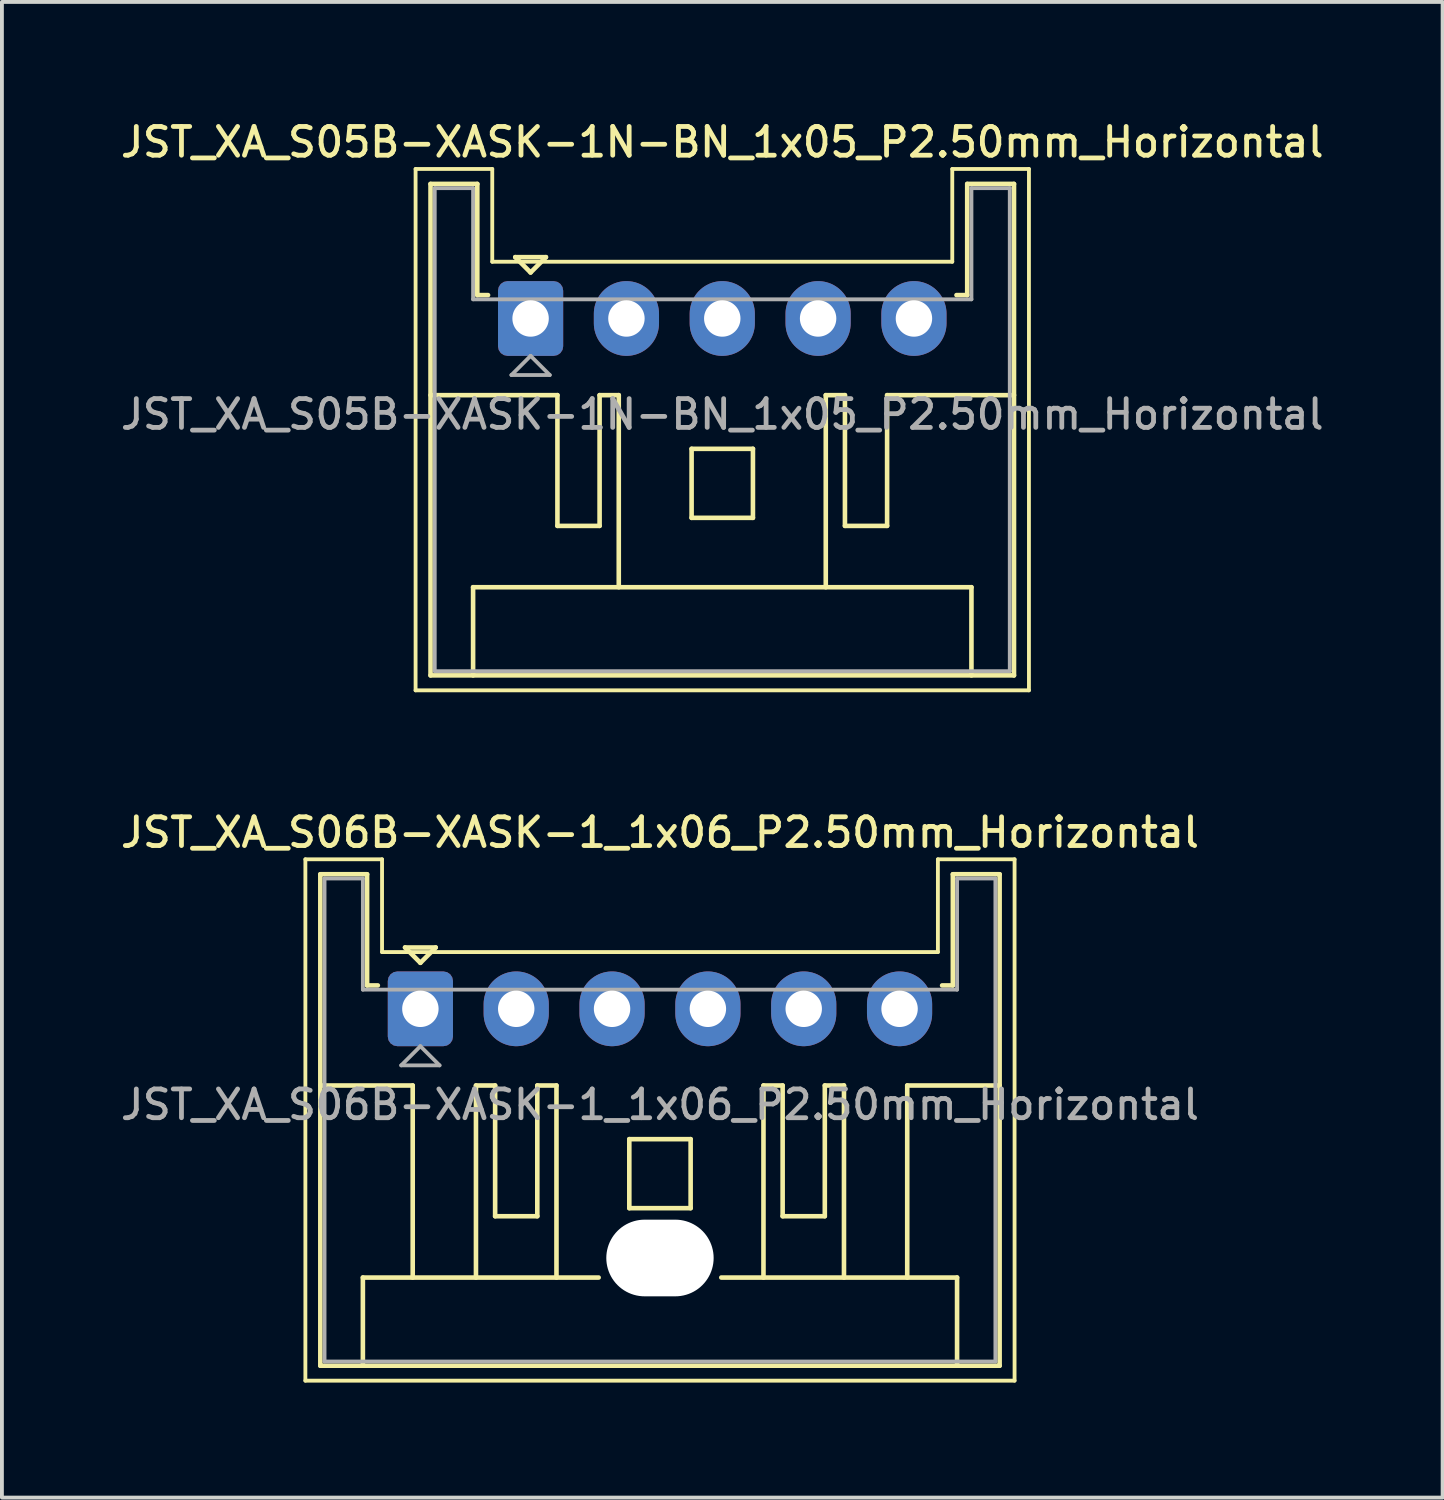
<source format=kicad_pcb>
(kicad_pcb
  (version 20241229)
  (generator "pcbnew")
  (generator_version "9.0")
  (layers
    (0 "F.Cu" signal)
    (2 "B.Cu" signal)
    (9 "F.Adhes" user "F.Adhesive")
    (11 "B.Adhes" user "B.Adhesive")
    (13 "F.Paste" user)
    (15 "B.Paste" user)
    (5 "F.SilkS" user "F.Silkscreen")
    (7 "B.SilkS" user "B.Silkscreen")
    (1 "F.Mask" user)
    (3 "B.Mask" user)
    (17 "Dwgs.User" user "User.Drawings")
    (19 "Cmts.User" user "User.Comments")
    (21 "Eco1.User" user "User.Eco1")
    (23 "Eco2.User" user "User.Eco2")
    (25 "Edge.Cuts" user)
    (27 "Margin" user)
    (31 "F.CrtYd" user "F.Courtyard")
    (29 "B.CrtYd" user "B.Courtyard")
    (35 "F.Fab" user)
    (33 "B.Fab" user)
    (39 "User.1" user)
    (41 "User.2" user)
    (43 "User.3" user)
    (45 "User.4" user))
  (footprint "JST_XA_S06B-XASK-1_1x06_P2.50mm_Horizontal"
    (layer "F.Cu")
    (at 7.916 23.266)
    (property "Reference" "JST_XA_S06B-XASK-1_1x06_P2.50mm_Horizontal" (at 6.25 -4.6 0) (layer "F.SilkS") (effects (font (size 0.75 0.75) (thickness 0.125))))
    (attr through_hole)
    (fp_line (start -3 -3.9) (end -3 9.7) (stroke (width 0.1) (type solid)) (layer "F.SilkS"))
    (fp_line (start -3 9.7) (end 15.5 9.7) (stroke (width 0.1) (type solid)) (layer "F.SilkS"))
    (fp_line (start -2.61 -3.51) (end -2.61 9.31) (stroke (width 0.12) (type solid)) (layer "F.SilkS"))
    (fp_line (start -2.61 9.31) (end 15.11 9.31) (stroke (width 0.12) (type solid)) (layer "F.SilkS"))
    (fp_line (start -1.5 7.01) (end 4.65 7.01) (stroke (width 0.12) (type solid)) (layer "F.SilkS"))
    (fp_line (start -1.5 9.31) (end -1.5 7.01) (stroke (width 0.12) (type solid)) (layer "F.SilkS"))
    (fp_line (start -1.39 -3.51) (end -2.61 -3.51) (stroke (width 0.12) (type solid)) (layer "F.SilkS"))
    (fp_line (start -1.39 -0.61) (end -1.39 -3.51) (stroke (width 0.12) (type solid)) (layer "F.SilkS"))
    (fp_line (start -1.11 -0.61) (end -1.39 -0.61) (stroke (width 0.12) (type solid)) (layer "F.SilkS"))
    (fp_line (start -1 -3.9) (end -3 -3.9) (stroke (width 0.1) (type solid)) (layer "F.SilkS"))
    (fp_line (start -1 -1.48) (end -1 -3.9) (stroke (width 0.1) (type solid)) (layer "F.SilkS"))
    (fp_line (start -0.4 -1.6) (end 0.4 -1.6) (stroke (width 0.12) (type solid)) (layer "F.SilkS"))
    (fp_line (start -0.2 2) (end -2.61 2) (stroke (width 0.12) (type solid)) (layer "F.SilkS"))
    (fp_line (start -0.2 7.01) (end -0.2 2) (stroke (width 0.12) (type solid)) (layer "F.SilkS"))
    (fp_line (start 0 -1.2) (end -0.4 -1.6) (stroke (width 0.12) (type solid)) (layer "F.SilkS"))
    (fp_line (start 0.4 -1.6) (end 0 -1.2) (stroke (width 0.12) (type solid)) (layer "F.SilkS"))
    (fp_line (start 1.45 2) (end 1.45 7.01) (stroke (width 0.12) (type solid)) (layer "F.SilkS"))
    (fp_line (start 1.95 2) (end 1.45 2) (stroke (width 0.12) (type solid)) (layer "F.SilkS"))
    (fp_line (start 1.95 5.41) (end 1.95 2) (stroke (width 0.12) (type solid)) (layer "F.SilkS"))
    (fp_line (start 3.05 2) (end 3.05 5.41) (stroke (width 0.12) (type solid)) (layer "F.SilkS"))
    (fp_line (start 3.05 5.41) (end 1.95 5.41) (stroke (width 0.12) (type solid)) (layer "F.SilkS"))
    (fp_line (start 3.55 2) (end 3.05 2) (stroke (width 0.12) (type solid)) (layer "F.SilkS"))
    (fp_line (start 3.55 7.01) (end 3.55 2) (stroke (width 0.12) (type solid)) (layer "F.SilkS"))
    (fp_line (start 5.45 3.4) (end 7.05 3.4) (stroke (width 0.12) (type solid)) (layer "F.SilkS"))
    (fp_line (start 5.45 5.2) (end 5.45 3.4) (stroke (width 0.12) (type solid)) (layer "F.SilkS"))
    (fp_line (start 7.05 3.4) (end 7.05 5.2) (stroke (width 0.12) (type solid)) (layer "F.SilkS"))
    (fp_line (start 7.05 5.2) (end 5.45 5.2) (stroke (width 0.12) (type solid)) (layer "F.SilkS"))
    (fp_line (start 7.85 7.01) (end 14 7.01) (stroke (width 0.12) (type solid)) (layer "F.SilkS"))
    (fp_line (start 8.95 2) (end 9.45 2) (stroke (width 0.12) (type solid)) (layer "F.SilkS"))
    (fp_line (start 8.95 7.01) (end 8.95 2) (stroke (width 0.12) (type solid)) (layer "F.SilkS"))
    (fp_line (start 9.45 2) (end 9.45 5.41) (stroke (width 0.12) (type solid)) (layer "F.SilkS"))
    (fp_line (start 9.45 5.41) (end 10.55 5.41) (stroke (width 0.12) (type solid)) (layer "F.SilkS"))
    (fp_line (start 10.55 2) (end 11.05 2) (stroke (width 0.12) (type solid)) (layer "F.SilkS"))
    (fp_line (start 10.55 5.41) (end 10.55 2) (stroke (width 0.12) (type solid)) (layer "F.SilkS"))
    (fp_line (start 11.05 2) (end 11.05 7.01) (stroke (width 0.12) (type solid)) (layer "F.SilkS"))
    (fp_line (start 12.7 2) (end 15.11 2) (stroke (width 0.12) (type solid)) (layer "F.SilkS"))
    (fp_line (start 12.7 7.01) (end 12.7 2) (stroke (width 0.12) (type solid)) (layer "F.SilkS"))
    (fp_line (start 13.5 -3.9) (end 13.5 -1.48) (stroke (width 0.1) (type solid)) (layer "F.SilkS"))
    (fp_line (start 13.5 -1.48) (end -1 -1.48) (stroke (width 0.1) (type solid)) (layer "F.SilkS"))
    (fp_line (start 13.89 -3.51) (end 13.89 -0.61) (stroke (width 0.12) (type solid)) (layer "F.SilkS"))
    (fp_line (start 13.89 -0.61) (end 13.61 -0.61) (stroke (width 0.12) (type solid)) (layer "F.SilkS"))
    (fp_line (start 14 7.01) (end 14 9.31) (stroke (width 0.12) (type solid)) (layer "F.SilkS"))
    (fp_line (start 15.11 -3.51) (end 13.89 -3.51) (stroke (width 0.12) (type solid)) (layer "F.SilkS"))
    (fp_line (start 15.11 9.31) (end 15.11 -3.51) (stroke (width 0.12) (type solid)) (layer "F.SilkS"))
    (fp_line (start 15.5 -3.9) (end 13.5 -3.9) (stroke (width 0.1) (type solid)) (layer "F.SilkS"))
    (fp_line (start 15.5 9.7) (end 15.5 -3.9) (stroke (width 0.1) (type solid)) (layer "F.SilkS"))
    (fp_line (start -2.5 -3.4) (end -2.5 9.2) (stroke (width 0.1) (type solid)) (layer "F.Fab"))
    (fp_line (start -2.5 9.2) (end 15 9.2) (stroke (width 0.1) (type solid)) (layer "F.Fab"))
    (fp_line (start -1.5 -3.4) (end -2.5 -3.4) (stroke (width 0.1) (type solid)) (layer "F.Fab"))
    (fp_line (start -1.5 -0.5) (end -1.5 -3.4) (stroke (width 0.1) (type solid)) (layer "F.Fab"))
    (fp_line (start -0.5 1.475) (end 0.5 1.475) (stroke (width 0.1) (type solid)) (layer "F.Fab"))
    (fp_line (start 0 0.975) (end -0.5 1.475) (stroke (width 0.1) (type solid)) (layer "F.Fab"))
    (fp_line (start 0.5 1.475) (end 0 0.975) (stroke (width 0.1) (type solid)) (layer "F.Fab"))
    (fp_line (start 14 -3.4) (end 14 -0.5) (stroke (width 0.1) (type solid)) (layer "F.Fab"))
    (fp_line (start 14 -0.5) (end -1.5 -0.5) (stroke (width 0.1) (type solid)) (layer "F.Fab"))
    (fp_line (start 15 -3.4) (end 14 -3.4) (stroke (width 0.1) (type solid)) (layer "F.Fab"))
    (fp_line (start 15 9.2) (end 15 -3.4) (stroke (width 0.1) (type solid)) (layer "F.Fab"))
    (fp_text user "${REFERENCE}" (at 6.25 2.5 0) (layer "F.Fab") (effects (font (size 0.75 0.75) (thickness 0.125))))
    (pad "" np_thru_hole oval (at 6.25 6.5) (size 2.8 2) (drill oval 2.8 2) (layers "*.Cu" "*.Mask"))
    (pad "1" thru_hole roundrect (at 0 0) (size 1.7 1.95) (drill 0.95) (layers "*.Cu" "*.Mask") (roundrect_rratio 0.147))
    (pad "2" thru_hole oval (at 2.5 0) (size 1.7 1.95) (drill 0.95) (layers "*.Cu" "*.Mask"))
    (pad "3" thru_hole oval (at 5 0) (size 1.7 1.95) (drill 0.95) (layers "*.Cu" "*.Mask"))
    (pad "4" thru_hole oval (at 7.5 0) (size 1.7 1.95) (drill 0.95) (layers "*.Cu" "*.Mask"))
    (pad "5" thru_hole oval (at 10 0) (size 1.7 1.95) (drill 0.95) (layers "*.Cu" "*.Mask"))
    (pad "6" thru_hole oval (at 12.5 0) (size 1.7 1.95) (drill 0.95) (layers "*.Cu" "*.Mask")))
  (footprint "JST_XA_S05B-XASK-1N-BN_1x05_P2.50mm_Horizontal"
    (layer "F.Cu")
    (at 10.791 5.258)
    (property "Reference" "JST_XA_S05B-XASK-1N-BN_1x05_P2.50mm_Horizontal" (at 5 -4.6 0) (layer "F.SilkS") (effects (font (size 0.75 0.75) (thickness 0.125))))
    (attr through_hole)
    (fp_line (start -3 -3.9) (end -3 9.7) (stroke (width 0.1) (type solid)) (layer "F.SilkS"))
    (fp_line (start -3 9.7) (end 13 9.7) (stroke (width 0.1) (type solid)) (layer "F.SilkS"))
    (fp_line (start -2.61 -3.51) (end -2.61 9.31) (stroke (width 0.12) (type solid)) (layer "F.SilkS"))
    (fp_line (start -2.61 9.31) (end 12.61 9.31) (stroke (width 0.12) (type solid)) (layer "F.SilkS"))
    (fp_line (start -1.5 7.01) (end 11.5 7.01) (stroke (width 0.12) (type solid)) (layer "F.SilkS"))
    (fp_line (start -1.5 9.31) (end -1.5 7.01) (stroke (width 0.12) (type solid)) (layer "F.SilkS"))
    (fp_line (start -1.39 -3.51) (end -2.61 -3.51) (stroke (width 0.12) (type solid)) (layer "F.SilkS"))
    (fp_line (start -1.39 -0.61) (end -1.39 -3.51) (stroke (width 0.12) (type solid)) (layer "F.SilkS"))
    (fp_line (start -1.11 -0.61) (end -1.39 -0.61) (stroke (width 0.12) (type solid)) (layer "F.SilkS"))
    (fp_line (start -1 -3.9) (end -3 -3.9) (stroke (width 0.1) (type solid)) (layer "F.SilkS"))
    (fp_line (start -1 -1.48) (end -1 -3.9) (stroke (width 0.1) (type solid)) (layer "F.SilkS"))
    (fp_line (start -0.4 -1.6) (end 0.4 -1.6) (stroke (width 0.12) (type solid)) (layer "F.SilkS"))
    (fp_line (start 0 -1.2) (end -0.4 -1.6) (stroke (width 0.12) (type solid)) (layer "F.SilkS"))
    (fp_line (start 0.4 -1.6) (end 0 -1.2) (stroke (width 0.12) (type solid)) (layer "F.SilkS"))
    (fp_line (start 0.7 2) (end -2.61 2) (stroke (width 0.12) (type solid)) (layer "F.SilkS"))
    (fp_line (start 0.7 5.41) (end 0.7 2) (stroke (width 0.12) (type solid)) (layer "F.SilkS"))
    (fp_line (start 1.8 2) (end 1.8 5.41) (stroke (width 0.12) (type solid)) (layer "F.SilkS"))
    (fp_line (start 1.8 5.41) (end 0.7 5.41) (stroke (width 0.12) (type solid)) (layer "F.SilkS"))
    (fp_line (start 2.3 2) (end 1.8 2) (stroke (width 0.12) (type solid)) (layer "F.SilkS"))
    (fp_line (start 2.3 7.01) (end 2.3 2) (stroke (width 0.12) (type solid)) (layer "F.SilkS"))
    (fp_line (start 4.2 3.4) (end 5.8 3.4) (stroke (width 0.12) (type solid)) (layer "F.SilkS"))
    (fp_line (start 4.2 5.2) (end 4.2 3.4) (stroke (width 0.12) (type solid)) (layer "F.SilkS"))
    (fp_line (start 5.8 3.4) (end 5.8 5.2) (stroke (width 0.12) (type solid)) (layer "F.SilkS"))
    (fp_line (start 5.8 5.2) (end 4.2 5.2) (stroke (width 0.12) (type solid)) (layer "F.SilkS"))
    (fp_line (start 7.7 2) (end 8.2 2) (stroke (width 0.12) (type solid)) (layer "F.SilkS"))
    (fp_line (start 7.7 7.01) (end 7.7 2) (stroke (width 0.12) (type solid)) (layer "F.SilkS"))
    (fp_line (start 8.2 2) (end 8.2 5.41) (stroke (width 0.12) (type solid)) (layer "F.SilkS"))
    (fp_line (start 8.2 5.41) (end 9.3 5.41) (stroke (width 0.12) (type solid)) (layer "F.SilkS"))
    (fp_line (start 9.3 2) (end 12.61 2) (stroke (width 0.12) (type solid)) (layer "F.SilkS"))
    (fp_line (start 9.3 5.41) (end 9.3 2) (stroke (width 0.12) (type solid)) (layer "F.SilkS"))
    (fp_line (start 11 -3.9) (end 11 -1.48) (stroke (width 0.1) (type solid)) (layer "F.SilkS"))
    (fp_line (start 11 -1.48) (end -1 -1.48) (stroke (width 0.1) (type solid)) (layer "F.SilkS"))
    (fp_line (start 11.39 -3.51) (end 11.39 -0.61) (stroke (width 0.12) (type solid)) (layer "F.SilkS"))
    (fp_line (start 11.39 -0.61) (end 11.11 -0.61) (stroke (width 0.12) (type solid)) (layer "F.SilkS"))
    (fp_line (start 11.5 7.01) (end 11.5 9.31) (stroke (width 0.12) (type solid)) (layer "F.SilkS"))
    (fp_line (start 12.61 -3.51) (end 11.39 -3.51) (stroke (width 0.12) (type solid)) (layer "F.SilkS"))
    (fp_line (start 12.61 9.31) (end 12.61 -3.51) (stroke (width 0.12) (type solid)) (layer "F.SilkS"))
    (fp_line (start 13 -3.9) (end 11 -3.9) (stroke (width 0.1) (type solid)) (layer "F.SilkS"))
    (fp_line (start 13 9.7) (end 13 -3.9) (stroke (width 0.1) (type solid)) (layer "F.SilkS"))
    (fp_line (start -2.5 -3.4) (end -2.5 9.2) (stroke (width 0.1) (type solid)) (layer "F.Fab"))
    (fp_line (start -2.5 9.2) (end 12.5 9.2) (stroke (width 0.1) (type solid)) (layer "F.Fab"))
    (fp_line (start -1.5 -3.4) (end -2.5 -3.4) (stroke (width 0.1) (type solid)) (layer "F.Fab"))
    (fp_line (start -1.5 -0.5) (end -1.5 -3.4) (stroke (width 0.1) (type solid)) (layer "F.Fab"))
    (fp_line (start -0.5 1.475) (end 0.5 1.475) (stroke (width 0.1) (type solid)) (layer "F.Fab"))
    (fp_line (start 0 0.975) (end -0.5 1.475) (stroke (width 0.1) (type solid)) (layer "F.Fab"))
    (fp_line (start 0.5 1.475) (end 0 0.975) (stroke (width 0.1) (type solid)) (layer "F.Fab"))
    (fp_line (start 11.5 -3.4) (end 11.5 -0.5) (stroke (width 0.1) (type solid)) (layer "F.Fab"))
    (fp_line (start 11.5 -0.5) (end -1.5 -0.5) (stroke (width 0.1) (type solid)) (layer "F.Fab"))
    (fp_line (start 12.5 -3.4) (end 11.5 -3.4) (stroke (width 0.1) (type solid)) (layer "F.Fab"))
    (fp_line (start 12.5 9.2) (end 12.5 -3.4) (stroke (width 0.1) (type solid)) (layer "F.Fab"))
    (fp_text user "${REFERENCE}" (at 5 2.5 0) (layer "F.Fab") (effects (font (size 0.75 0.75) (thickness 0.125))))
    (pad "1" thru_hole roundrect (at 0 0) (size 1.7 1.95) (drill 0.95) (layers "*.Cu" "*.Mask") (roundrect_rratio 0.147))
    (pad "2" thru_hole oval (at 2.5 0) (size 1.7 1.95) (drill 0.95) (layers "*.Cu" "*.Mask"))
    (pad "3" thru_hole oval (at 5 0) (size 1.7 1.95) (drill 0.95) (layers "*.Cu" "*.Mask"))
    (pad "4" thru_hole oval (at 7.5 0) (size 1.7 1.95) (drill 0.95) (layers "*.Cu" "*.Mask"))
    (pad "5" thru_hole oval (at 10 0) (size 1.7 1.95) (drill 0.95) (layers "*.Cu" "*.Mask")))
  (gr_rect
    (start -3 -3)
    (end 34.582 36.016)
    (stroke (width 0.1) (type default))
    (fill no)
    (layer "Edge.Cuts")))
</source>
